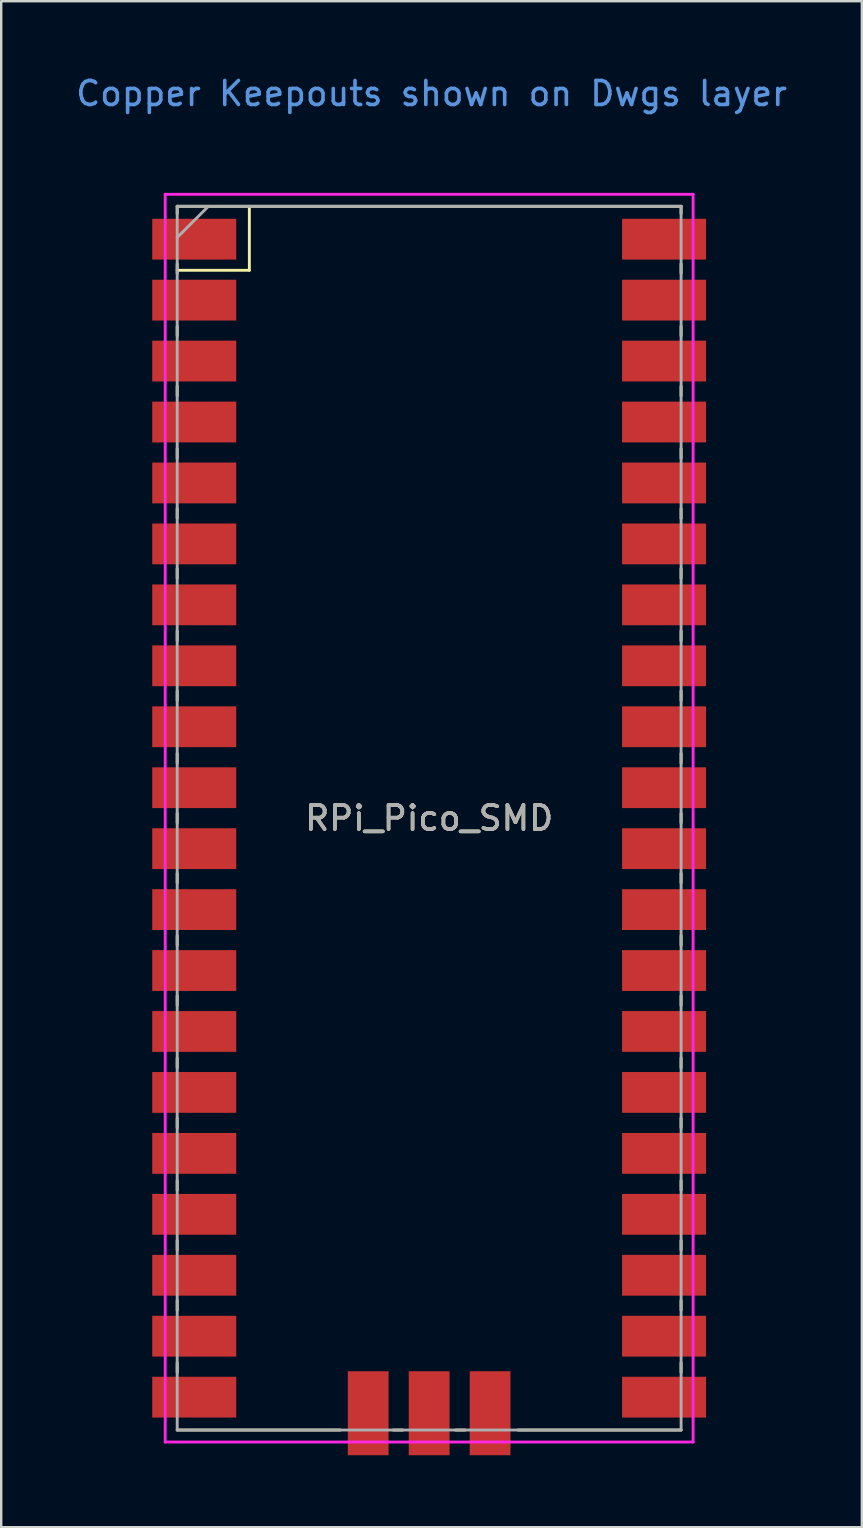
<source format=kicad_pcb>
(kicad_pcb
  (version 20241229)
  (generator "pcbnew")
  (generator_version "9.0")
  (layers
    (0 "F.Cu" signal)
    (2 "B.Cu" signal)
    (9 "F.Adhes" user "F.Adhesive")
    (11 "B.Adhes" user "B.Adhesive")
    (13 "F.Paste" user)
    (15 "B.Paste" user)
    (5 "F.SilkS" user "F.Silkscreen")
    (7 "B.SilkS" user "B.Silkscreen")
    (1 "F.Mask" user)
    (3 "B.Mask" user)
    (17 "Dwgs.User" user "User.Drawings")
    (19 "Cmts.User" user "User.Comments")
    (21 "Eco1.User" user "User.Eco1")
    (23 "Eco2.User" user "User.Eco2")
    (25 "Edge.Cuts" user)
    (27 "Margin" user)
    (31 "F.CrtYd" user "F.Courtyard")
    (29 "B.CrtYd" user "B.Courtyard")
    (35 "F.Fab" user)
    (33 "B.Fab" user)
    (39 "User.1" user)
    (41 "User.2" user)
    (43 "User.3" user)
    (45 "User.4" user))
  (footprint "RPi_Pico_SMD"
    (layer "F.Cu")
    (at 14.835 31.048)
    (property "Reference" "RPi_Pico_SMD" (at 0 0 0) (layer "F.SilkS") (effects (font (size 1 1) (thickness 0.15))))
    (attr smd)
    (fp_line (start -10.5 -25.5) (end -10.5 -25.2) (stroke (width 0.12) (type solid)) (layer "F.SilkS"))
    (fp_line (start -10.5 -25.5) (end 10.5 -25.5) (stroke (width 0.12) (type solid)) (layer "F.SilkS"))
    (fp_line (start -10.5 -23.1) (end -10.5 -22.7) (stroke (width 0.12) (type solid)) (layer "F.SilkS"))
    (fp_line (start -10.5 -22.833) (end -7.493 -22.833) (stroke (width 0.12) (type solid)) (layer "F.SilkS"))
    (fp_line (start -10.5 -20.5) (end -10.5 -20.1) (stroke (width 0.12) (type solid)) (layer "F.SilkS"))
    (fp_line (start -10.5 -18) (end -10.5 -17.6) (stroke (width 0.12) (type solid)) (layer "F.SilkS"))
    (fp_line (start -10.5 -15.4) (end -10.5 -15) (stroke (width 0.12) (type solid)) (layer "F.SilkS"))
    (fp_line (start -10.5 -12.9) (end -10.5 -12.5) (stroke (width 0.12) (type solid)) (layer "F.SilkS"))
    (fp_line (start -10.5 -10.4) (end -10.5 -10) (stroke (width 0.12) (type solid)) (layer "F.SilkS"))
    (fp_line (start -10.5 -7.8) (end -10.5 -7.4) (stroke (width 0.12) (type solid)) (layer "F.SilkS"))
    (fp_line (start -10.5 -5.3) (end -10.5 -4.9) (stroke (width 0.12) (type solid)) (layer "F.SilkS"))
    (fp_line (start -10.5 -2.7) (end -10.5 -2.3) (stroke (width 0.12) (type solid)) (layer "F.SilkS"))
    (fp_line (start -10.5 -0.2) (end -10.5 0.2) (stroke (width 0.12) (type solid)) (layer "F.SilkS"))
    (fp_line (start -10.5 2.3) (end -10.5 2.7) (stroke (width 0.12) (type solid)) (layer "F.SilkS"))
    (fp_line (start -10.5 4.9) (end -10.5 5.3) (stroke (width 0.12) (type solid)) (layer "F.SilkS"))
    (fp_line (start -10.5 7.4) (end -10.5 7.8) (stroke (width 0.12) (type solid)) (layer "F.SilkS"))
    (fp_line (start -10.5 10) (end -10.5 10.4) (stroke (width 0.12) (type solid)) (layer "F.SilkS"))
    (fp_line (start -10.5 12.5) (end -10.5 12.9) (stroke (width 0.12) (type solid)) (layer "F.SilkS"))
    (fp_line (start -10.5 15.1) (end -10.5 15.5) (stroke (width 0.12) (type solid)) (layer "F.SilkS"))
    (fp_line (start -10.5 17.6) (end -10.5 18) (stroke (width 0.12) (type solid)) (layer "F.SilkS"))
    (fp_line (start -10.5 20.1) (end -10.5 20.5) (stroke (width 0.12) (type solid)) (layer "F.SilkS"))
    (fp_line (start -10.5 22.7) (end -10.5 23.1) (stroke (width 0.12) (type solid)) (layer "F.SilkS"))
    (fp_line (start -7.493 -22.833) (end -7.493 -25.5) (stroke (width 0.12) (type solid)) (layer "F.SilkS"))
    (fp_line (start -3.7 25.5) (end -10.5 25.5) (stroke (width 0.12) (type solid)) (layer "F.SilkS"))
    (fp_line (start -1.5 25.5) (end -1.1 25.5) (stroke (width 0.12) (type solid)) (layer "F.SilkS"))
    (fp_line (start 1.1 25.5) (end 1.5 25.5) (stroke (width 0.12) (type solid)) (layer "F.SilkS"))
    (fp_line (start 10.5 -25.5) (end 10.5 -25.2) (stroke (width 0.12) (type solid)) (layer "F.SilkS"))
    (fp_line (start 10.5 -23.1) (end 10.5 -22.7) (stroke (width 0.12) (type solid)) (layer "F.SilkS"))
    (fp_line (start 10.5 -20.5) (end 10.5 -20.1) (stroke (width 0.12) (type solid)) (layer "F.SilkS"))
    (fp_line (start 10.5 -18) (end 10.5 -17.6) (stroke (width 0.12) (type solid)) (layer "F.SilkS"))
    (fp_line (start 10.5 -15.4) (end 10.5 -15) (stroke (width 0.12) (type solid)) (layer "F.SilkS"))
    (fp_line (start 10.5 -12.9) (end 10.5 -12.5) (stroke (width 0.12) (type solid)) (layer "F.SilkS"))
    (fp_line (start 10.5 -10.4) (end 10.5 -10) (stroke (width 0.12) (type solid)) (layer "F.SilkS"))
    (fp_line (start 10.5 -7.8) (end 10.5 -7.4) (stroke (width 0.12) (type solid)) (layer "F.SilkS"))
    (fp_line (start 10.5 -5.3) (end 10.5 -4.9) (stroke (width 0.12) (type solid)) (layer "F.SilkS"))
    (fp_line (start 10.5 -2.7) (end 10.5 -2.3) (stroke (width 0.12) (type solid)) (layer "F.SilkS"))
    (fp_line (start 10.5 -0.2) (end 10.5 0.2) (stroke (width 0.12) (type solid)) (layer "F.SilkS"))
    (fp_line (start 10.5 2.3) (end 10.5 2.7) (stroke (width 0.12) (type solid)) (layer "F.SilkS"))
    (fp_line (start 10.5 4.9) (end 10.5 5.3) (stroke (width 0.12) (type solid)) (layer "F.SilkS"))
    (fp_line (start 10.5 7.4) (end 10.5 7.8) (stroke (width 0.12) (type solid)) (layer "F.SilkS"))
    (fp_line (start 10.5 10) (end 10.5 10.4) (stroke (width 0.12) (type solid)) (layer "F.SilkS"))
    (fp_line (start 10.5 12.5) (end 10.5 12.9) (stroke (width 0.12) (type solid)) (layer "F.SilkS"))
    (fp_line (start 10.5 15.1) (end 10.5 15.5) (stroke (width 0.12) (type solid)) (layer "F.SilkS"))
    (fp_line (start 10.5 17.6) (end 10.5 18) (stroke (width 0.12) (type solid)) (layer "F.SilkS"))
    (fp_line (start 10.5 20.1) (end 10.5 20.5) (stroke (width 0.12) (type solid)) (layer "F.SilkS"))
    (fp_line (start 10.5 22.7) (end 10.5 23.1) (stroke (width 0.12) (type solid)) (layer "F.SilkS"))
    (fp_line (start 10.5 25.5) (end 3.7 25.5) (stroke (width 0.12) (type solid)) (layer "F.SilkS"))
    (fp_line (start -11 -26) (end 11 -26) (stroke (width 0.12) (type solid)) (layer "F.CrtYd"))
    (fp_line (start -11 26) (end -11 -26) (stroke (width 0.12) (type solid)) (layer "F.CrtYd"))
    (fp_line (start 11 -26) (end 11 26) (stroke (width 0.12) (type solid)) (layer "F.CrtYd"))
    (fp_line (start 11 26) (end -11 26) (stroke (width 0.12) (type solid)) (layer "F.CrtYd"))
    (fp_line (start -10.5 -25.5) (end 10.5 -25.5) (stroke (width 0.12) (type solid)) (layer "F.Fab"))
    (fp_line (start -10.5 -24.2) (end -9.2 -25.5) (stroke (width 0.12) (type solid)) (layer "F.Fab"))
    (fp_line (start -10.5 25.5) (end -10.5 -25.5) (stroke (width 0.12) (type solid)) (layer "F.Fab"))
    (fp_line (start 10.5 -25.5) (end 10.5 25.5) (stroke (width 0.12) (type solid)) (layer "F.Fab"))
    (fp_line (start 10.5 25.5) (end -10.5 25.5) (stroke (width 0.12) (type solid)) (layer "F.Fab"))
    (fp_text user "Copper Keepouts shown on Dwgs layer" (at 0.1 -30.2 0) (layer "Cmts.User") (effects (font (size 1 1) (thickness 0.15))))
    (fp_text user "${REFERENCE}" (at 0 0 180) (layer "F.Fab") (effects (font (size 1 1) (thickness 0.15))))
    (pad "1" smd rect (at -8.89 -24.13) (size 3.5 1.7) (drill (offset -0.9 0)) (layers "F.Cu" "F.Mask"))
    (pad "2" smd rect (at -8.89 -21.59) (size 3.5 1.7) (drill (offset -0.9 0)) (layers "F.Cu" "F.Mask"))
    (pad "3" smd rect (at -8.89 -19.05) (size 3.5 1.7) (drill (offset -0.9 0)) (layers "F.Cu" "F.Mask"))
    (pad "4" smd rect (at -8.89 -16.51) (size 3.5 1.7) (drill (offset -0.9 0)) (layers "F.Cu" "F.Mask"))
    (pad "5" smd rect (at -8.89 -13.97) (size 3.5 1.7) (drill (offset -0.9 0)) (layers "F.Cu" "F.Mask"))
    (pad "6" smd rect (at -8.89 -11.43) (size 3.5 1.7) (drill (offset -0.9 0)) (layers "F.Cu" "F.Mask"))
    (pad "7" smd rect (at -8.89 -8.89) (size 3.5 1.7) (drill (offset -0.9 0)) (layers "F.Cu" "F.Mask"))
    (pad "8" smd rect (at -8.89 -6.35) (size 3.5 1.7) (drill (offset -0.9 0)) (layers "F.Cu" "F.Mask"))
    (pad "9" smd rect (at -8.89 -3.81) (size 3.5 1.7) (drill (offset -0.9 0)) (layers "F.Cu" "F.Mask"))
    (pad "10" smd rect (at -8.89 -1.27) (size 3.5 1.7) (drill (offset -0.9 0)) (layers "F.Cu" "F.Mask"))
    (pad "11" smd rect (at -8.89 1.27) (size 3.5 1.7) (drill (offset -0.9 0)) (layers "F.Cu" "F.Mask"))
    (pad "12" smd rect (at -8.89 3.81) (size 3.5 1.7) (drill (offset -0.9 0)) (layers "F.Cu" "F.Mask"))
    (pad "13" smd rect (at -8.89 6.35) (size 3.5 1.7) (drill (offset -0.9 0)) (layers "F.Cu" "F.Mask"))
    (pad "14" smd rect (at -8.89 8.89) (size 3.5 1.7) (drill (offset -0.9 0)) (layers "F.Cu" "F.Mask"))
    (pad "15" smd rect (at -8.89 11.43) (size 3.5 1.7) (drill (offset -0.9 0)) (layers "F.Cu" "F.Mask"))
    (pad "16" smd rect (at -8.89 13.97) (size 3.5 1.7) (drill (offset -0.9 0)) (layers "F.Cu" "F.Mask"))
    (pad "17" smd rect (at -8.89 16.51) (size 3.5 1.7) (drill (offset -0.9 0)) (layers "F.Cu" "F.Mask"))
    (pad "18" smd rect (at -8.89 19.05) (size 3.5 1.7) (drill (offset -0.9 0)) (layers "F.Cu" "F.Mask"))
    (pad "19" smd rect (at -8.89 21.59) (size 3.5 1.7) (drill (offset -0.9 0)) (layers "F.Cu" "F.Mask"))
    (pad "20" smd rect (at -8.89 24.13) (size 3.5 1.7) (drill (offset -0.9 0)) (layers "F.Cu" "F.Mask"))
    (pad "21" smd rect (at 8.89 24.13) (size 3.5 1.7) (drill (offset 0.9 0)) (layers "F.Cu" "F.Mask"))
    (pad "22" smd rect (at 8.89 21.59) (size 3.5 1.7) (drill (offset 0.9 0)) (layers "F.Cu" "F.Mask"))
    (pad "23" smd rect (at 8.89 19.05) (size 3.5 1.7) (drill (offset 0.9 0)) (layers "F.Cu" "F.Mask"))
    (pad "24" smd rect (at 8.89 16.51) (size 3.5 1.7) (drill (offset 0.9 0)) (layers "F.Cu" "F.Mask"))
    (pad "25" smd rect (at 8.89 13.97) (size 3.5 1.7) (drill (offset 0.9 0)) (layers "F.Cu" "F.Mask"))
    (pad "26" smd rect (at 8.89 11.43) (size 3.5 1.7) (drill (offset 0.9 0)) (layers "F.Cu" "F.Mask"))
    (pad "27" smd rect (at 8.89 8.89) (size 3.5 1.7) (drill (offset 0.9 0)) (layers "F.Cu" "F.Mask"))
    (pad "28" smd rect (at 8.89 6.35) (size 3.5 1.7) (drill (offset 0.9 0)) (layers "F.Cu" "F.Mask"))
    (pad "29" smd rect (at 8.89 3.81) (size 3.5 1.7) (drill (offset 0.9 0)) (layers "F.Cu" "F.Mask"))
    (pad "30" smd rect (at 8.89 1.27) (size 3.5 1.7) (drill (offset 0.9 0)) (layers "F.Cu" "F.Mask"))
    (pad "31" smd rect (at 8.89 -1.27) (size 3.5 1.7) (drill (offset 0.9 0)) (layers "F.Cu" "F.Mask"))
    (pad "32" smd rect (at 8.89 -3.81) (size 3.5 1.7) (drill (offset 0.9 0)) (layers "F.Cu" "F.Mask"))
    (pad "33" smd rect (at 8.89 -6.35) (size 3.5 1.7) (drill (offset 0.9 0)) (layers "F.Cu" "F.Mask"))
    (pad "34" smd rect (at 8.89 -8.89) (size 3.5 1.7) (drill (offset 0.9 0)) (layers "F.Cu" "F.Mask"))
    (pad "35" smd rect (at 8.89 -11.43) (size 3.5 1.7) (drill (offset 0.9 0)) (layers "F.Cu" "F.Mask"))
    (pad "36" smd rect (at 8.89 -13.97) (size 3.5 1.7) (drill (offset 0.9 0)) (layers "F.Cu" "F.Mask"))
    (pad "37" smd rect (at 8.89 -16.51) (size 3.5 1.7) (drill (offset 0.9 0)) (layers "F.Cu" "F.Mask"))
    (pad "38" smd rect (at 8.89 -19.05) (size 3.5 1.7) (drill (offset 0.9 0)) (layers "F.Cu" "F.Mask"))
    (pad "39" smd rect (at 8.89 -21.59) (size 3.5 1.7) (drill (offset 0.9 0)) (layers "F.Cu" "F.Mask"))
    (pad "40" smd rect (at 8.89 -24.13) (size 3.5 1.7) (drill (offset 0.9 0)) (layers "F.Cu" "F.Mask"))
    (pad "41" smd rect (at -2.54 23.9 90) (size 3.5 1.7) (drill (offset -0.9 0)) (layers "F.Cu" "F.Mask"))
    (pad "42" smd rect (at 0 23.9 90) (size 3.5 1.7) (drill (offset -0.9 0)) (layers "F.Cu" "F.Mask"))
    (pad "43" smd rect (at 2.54 23.9 90) (size 3.5 1.7) (drill (offset -0.9 0)) (layers "F.Cu" "F.Mask")))
  (gr_rect
    (start -3 -3)
    (end 32.869 60.598)
    (stroke (width 0.1) (type default))
    (fill no)
    (layer "Edge.Cuts")))
</source>
